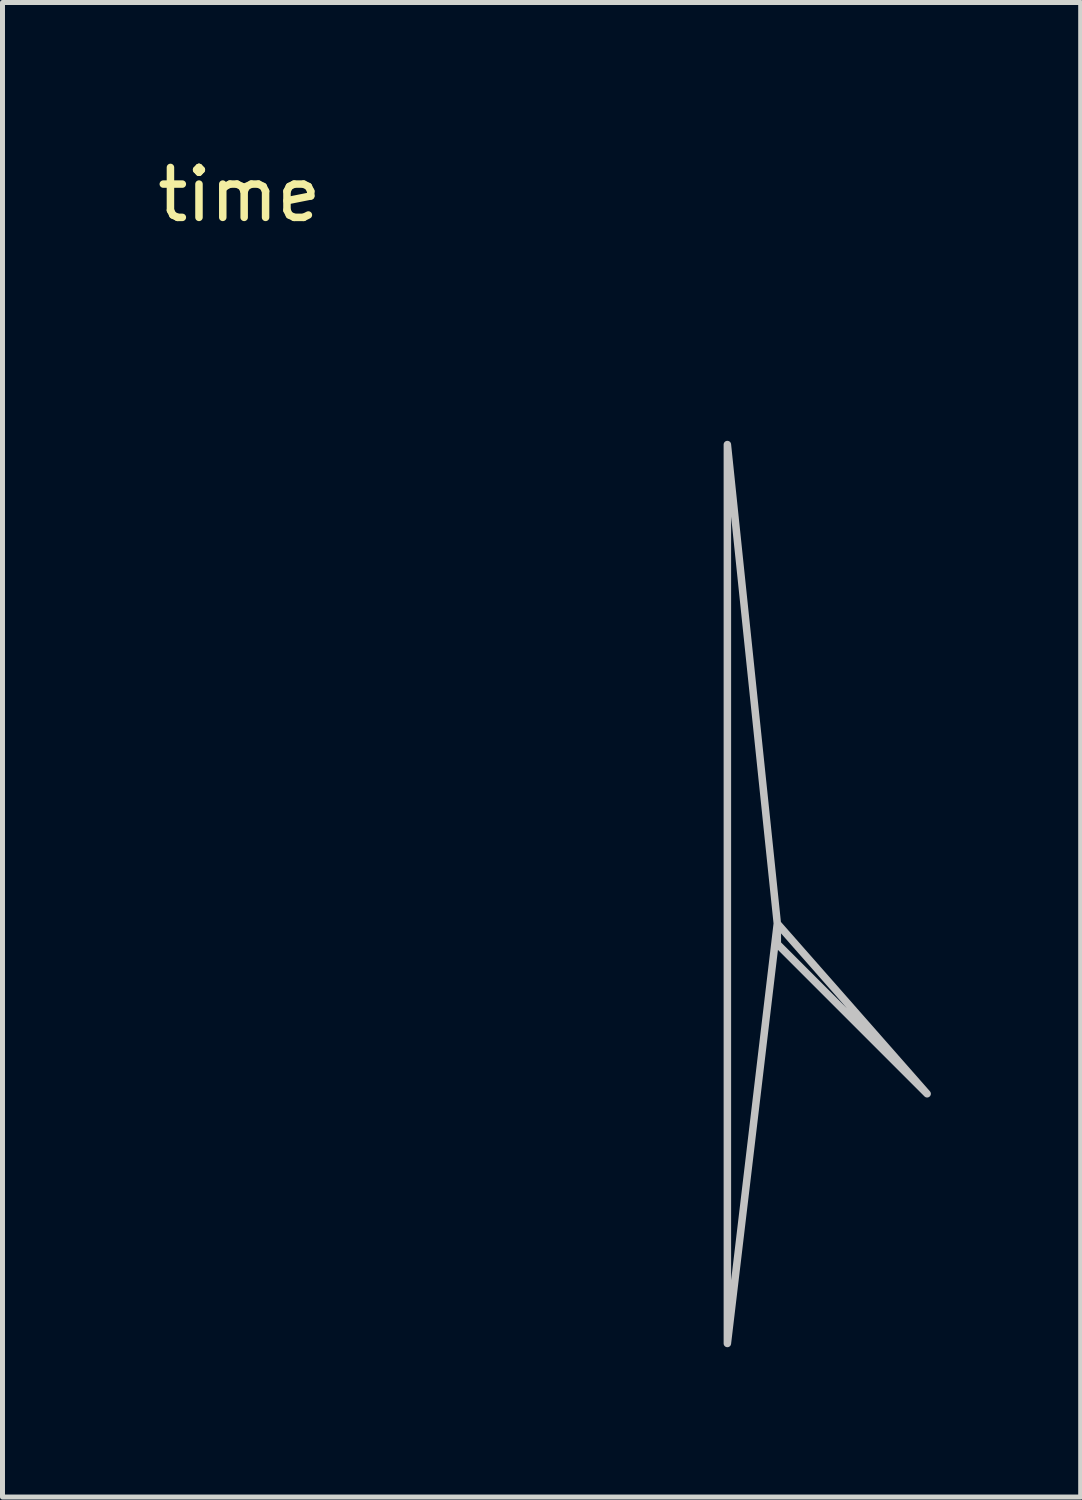
<source format=kicad_pcb>
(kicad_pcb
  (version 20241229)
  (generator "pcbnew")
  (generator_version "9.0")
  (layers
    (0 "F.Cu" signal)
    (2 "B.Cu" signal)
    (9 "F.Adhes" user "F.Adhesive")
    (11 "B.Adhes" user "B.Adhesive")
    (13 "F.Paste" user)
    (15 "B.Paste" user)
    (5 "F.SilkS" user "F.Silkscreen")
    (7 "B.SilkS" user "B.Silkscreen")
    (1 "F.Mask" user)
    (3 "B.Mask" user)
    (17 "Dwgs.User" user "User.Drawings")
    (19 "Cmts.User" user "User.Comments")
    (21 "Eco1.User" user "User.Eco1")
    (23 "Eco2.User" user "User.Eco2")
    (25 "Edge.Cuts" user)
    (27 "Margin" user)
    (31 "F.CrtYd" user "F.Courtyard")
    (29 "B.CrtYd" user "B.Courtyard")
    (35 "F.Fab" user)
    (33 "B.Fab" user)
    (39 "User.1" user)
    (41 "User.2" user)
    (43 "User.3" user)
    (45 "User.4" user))
  (footprint "time"
    (layer "F.Cu")
    (at 1.515 5.852)
    (property "Reference" "time" (at 0.229 -5.004 180) (layer "F.SilkS") (effects (font (size 1 1) (thickness 0.15))))
    (attr through_hole)
    (fp_poly (pts (xy 11 9.59) (xy 11 4) (xy 11 10) (xy 14 13) (xy 11 9.59) (xy 10 0) (xy 10 18)) (stroke (width 0.15) (type solid)) (fill no) (layer "Dwgs.User")))
  (gr_rect
    (start -3 -3)
    (end 18.59 26.927)
    (stroke (width 0.1) (type default))
    (fill no)
    (layer "Edge.Cuts")))
</source>
